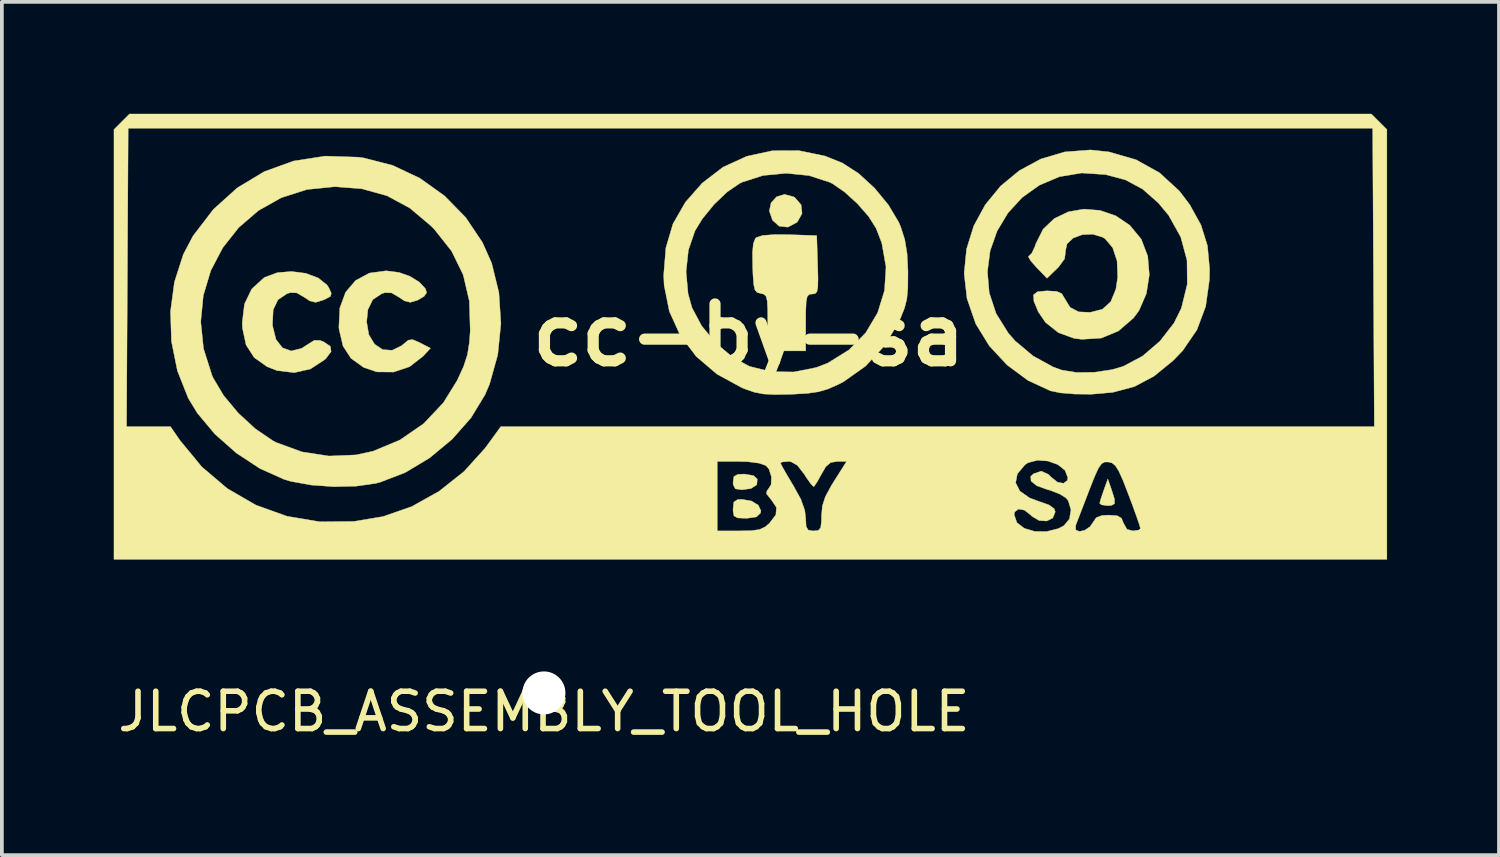
<source format=kicad_pcb>
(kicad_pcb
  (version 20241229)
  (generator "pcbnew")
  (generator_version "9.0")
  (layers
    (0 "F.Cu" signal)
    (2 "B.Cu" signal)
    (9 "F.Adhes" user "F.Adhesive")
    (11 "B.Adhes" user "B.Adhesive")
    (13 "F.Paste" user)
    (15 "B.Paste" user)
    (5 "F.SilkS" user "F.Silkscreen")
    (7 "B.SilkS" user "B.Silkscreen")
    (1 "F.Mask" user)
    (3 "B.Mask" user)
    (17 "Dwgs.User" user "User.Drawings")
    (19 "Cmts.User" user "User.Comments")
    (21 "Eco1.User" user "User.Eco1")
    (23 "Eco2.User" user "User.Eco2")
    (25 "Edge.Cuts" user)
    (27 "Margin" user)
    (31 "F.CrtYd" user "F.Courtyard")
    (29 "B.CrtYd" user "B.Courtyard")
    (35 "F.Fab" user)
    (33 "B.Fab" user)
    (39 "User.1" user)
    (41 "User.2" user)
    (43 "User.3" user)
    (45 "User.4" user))
  (footprint "JLCPCB_ASSEMBLY_TOOL_HOLE"
    (layer "F.Cu")
    (at 11.53 15.524)
    (property "Reference" "JLCPCB_ASSEMBLY_TOOL_HOLE" (at 0 0.5 0) (layer "F.SilkS") (effects (font (size 1 1) (thickness 0.15))))
    (attr through_hole)
    (pad "" np_thru_hole circle (at 0 0) (size 1.152 1.152) (drill 1.152) (layers "*.Cu" "*.Mask")))
  (footprint "cc-by-sa"
    (layer "F.Cu")
    (at 17.023 5.932)
    (property "Reference" "cc-by-sa" (at 0 0 0) (layer "F.SilkS") (effects (font (size 1.524 1.524) (thickness 0.3))))
    (attr through_hole)
    (fp_poly (pts (xy 0.126 3.766) (xy 0.227 3.861) (xy 0.213 4.012) (xy 0.058 4.113) (xy -0.191 4.147) (xy -0.362 4.121) (xy -0.42 4.007) (xy -0.423 3.937) (xy -0.401 3.794) (xy -0.303 3.736) (xy -0.124 3.725) (xy 0.126 3.766)) (stroke (width 0.01) (type solid)) (fill yes) (layer "F.SilkS"))
    (fp_poly (pts (xy 9.722 4.143) (xy 9.8 4.39) (xy 9.803 4.518) (xy 9.723 4.566) (xy 9.61 4.572) (xy 9.453 4.55) (xy 9.404 4.508) (xy 9.435 4.393) (xy 9.503 4.192) (xy 9.517 4.152) (xy 9.623 3.858) (xy 9.722 4.143)) (stroke (width 0.01) (type solid)) (fill yes) (layer "F.SilkS"))
    (fp_poly (pts (xy 1.202 -3.706) (xy 1.232 -3.688) (xy 1.402 -3.492) (xy 1.426 -3.257) (xy 1.301 -3.034) (xy 1.284 -3.019) (xy 1.046 -2.893) (xy 0.812 -2.92) (xy 0.635 -3.079) (xy 0.549 -3.327) (xy 0.597 -3.548) (xy 0.745 -3.708) (xy 0.958 -3.772) (xy 1.202 -3.706)) (stroke (width 0.01) (type solid)) (fill yes) (layer "F.SilkS"))
    (fp_poly (pts (xy 0.069 4.447) (xy 0.253 4.559) (xy 0.324 4.709) (xy 0.313 4.771) (xy 0.202 4.874) (xy -0.042 4.91) (xy -0.082 4.911) (xy -0.3 4.901) (xy -0.398 4.847) (xy -0.423 4.714) (xy -0.423 4.657) (xy -0.402 4.476) (xy -0.304 4.41) (xy -0.186 4.403) (xy 0.069 4.447)) (stroke (width 0.01) (type solid)) (fill yes) (layer "F.SilkS"))
    (fp_poly (pts (xy 1.071 -2.692) (xy 1.82 -2.667) (xy 1.845 -1.884) (xy 1.854 -1.517) (xy 1.849 -1.286) (xy 1.825 -1.162) (xy 1.775 -1.11) (xy 1.697 -1.101) (xy 1.615 -1.089) (xy 1.564 -1.031) (xy 1.537 -0.895) (xy 1.526 -0.65) (xy 1.524 -0.339) (xy 1.524 0.423) (xy 0.508 0.423) (xy 0.508 -0.333) (xy 0.505 -0.693) (xy 0.492 -0.918) (xy 0.461 -1.041) (xy 0.402 -1.096) (xy 0.318 -1.116) (xy 0.223 -1.142) (xy 0.164 -1.21) (xy 0.13 -1.357) (xy 0.111 -1.617) (xy 0.103 -1.828) (xy 0.098 -2.206) (xy 0.12 -2.448) (xy 0.171 -2.584) (xy 0.2 -2.615) (xy 0.367 -2.67) (xy 0.691 -2.695) (xy 1.071 -2.692)) (stroke (width 0.01) (type solid)) (fill yes) (layer "F.SilkS"))
    (fp_poly (pts (xy -9.377 -1.679) (xy -9.085 -1.576) (xy -8.836 -1.422) (xy -8.673 -1.25) (xy -8.636 -1.139) (xy -8.706 -1.038) (xy -8.876 -0.937) (xy -8.883 -0.934) (xy -9.074 -0.878) (xy -9.23 -0.917) (xy -9.375 -1.013) (xy -9.577 -1.131) (xy -9.751 -1.138) (xy -9.842 -1.109) (xy -10.081 -0.95) (xy -10.211 -0.684) (xy -10.245 -0.356) (xy -10.187 -0.012) (xy -10.034 0.242) (xy -9.816 0.389) (xy -9.563 0.408) (xy -9.305 0.283) (xy -9.264 0.247) (xy -9.128 0.136) (xy -9.011 0.121) (xy -8.835 0.197) (xy -8.805 0.212) (xy -8.534 0.352) (xy -8.733 0.568) (xy -9.098 0.849) (xy -9.523 0.991) (xy -9.969 0.987) (xy -10.323 0.868) (xy -10.664 0.624) (xy -10.879 0.293) (xy -10.983 -0.151) (xy -10.989 -0.213) (xy -10.964 -0.726) (xy -10.809 -1.149) (xy -10.539 -1.466) (xy -10.172 -1.662) (xy -9.722 -1.723) (xy -9.377 -1.679)) (stroke (width 0.01) (type solid)) (fill yes) (layer "F.SilkS"))
    (fp_poly (pts (xy -11.877 -1.656) (xy -11.544 -1.532) (xy -11.307 -1.342) (xy -11.263 -1.275) (xy -11.192 -1.122) (xy -11.215 -1.037) (xy -11.361 -0.96) (xy -11.423 -0.934) (xy -11.614 -0.878) (xy -11.77 -0.917) (xy -11.915 -1.013) (xy -12.117 -1.131) (xy -12.291 -1.138) (xy -12.382 -1.109) (xy -12.623 -0.947) (xy -12.75 -0.679) (xy -12.769 -0.291) (xy -12.764 -0.239) (xy -12.675 0.117) (xy -12.502 0.341) (xy -12.266 0.425) (xy -11.988 0.356) (xy -11.829 0.253) (xy -11.65 0.141) (xy -11.494 0.143) (xy -11.394 0.182) (xy -11.217 0.302) (xy -11.198 0.443) (xy -11.336 0.627) (xy -11.367 0.657) (xy -11.751 0.908) (xy -12.188 1.007) (xy -12.649 0.951) (xy -12.914 0.847) (xy -13.261 0.601) (xy -13.478 0.262) (xy -13.574 -0.186) (xy -13.58 -0.333) (xy -13.52 -0.833) (xy -13.326 -1.235) (xy -13.003 -1.531) (xy -12.972 -1.55) (xy -12.64 -1.673) (xy -12.259 -1.705) (xy -11.877 -1.656)) (stroke (width 0.01) (type solid)) (fill yes) (layer "F.SilkS"))
    (fp_poly (pts (xy 9.413 -3.342) (xy 9.833 -3.199) (xy 10.209 -2.946) (xy 10.511 -2.581) (xy 10.523 -2.56) (xy 10.693 -2.115) (xy 10.735 -1.615) (xy 10.656 -1.112) (xy 10.459 -0.658) (xy 10.313 -0.46) (xy 9.908 -0.11) (xy 9.447 0.081) (xy 8.925 0.114) (xy 8.713 0.086) (xy 8.299 -0.065) (xy 7.954 -0.337) (xy 7.757 -0.625) (xy 7.641 -0.908) (xy 7.629 -1.078) (xy 7.736 -1.161) (xy 7.972 -1.185) (xy 8.003 -1.185) (xy 8.252 -1.171) (xy 8.387 -1.113) (xy 8.46 -0.991) (xy 8.61 -0.744) (xy 8.841 -0.623) (xy 9.15 -0.609) (xy 9.476 -0.692) (xy 9.702 -0.896) (xy 9.839 -1.232) (xy 9.887 -1.549) (xy 9.871 -1.984) (xy 9.754 -2.34) (xy 9.549 -2.584) (xy 9.487 -2.622) (xy 9.217 -2.704) (xy 8.938 -2.692) (xy 8.695 -2.601) (xy 8.53 -2.448) (xy 8.486 -2.25) (xy 8.489 -2.238) (xy 8.464 -2.045) (xy 8.306 -1.829) (xy 8.259 -1.782) (xy 7.992 -1.523) (xy 7.705 -1.82) (xy 7.557 -1.989) (xy 7.493 -2.096) (xy 7.505 -2.117) (xy 7.582 -2.19) (xy 7.668 -2.373) (xy 7.692 -2.447) (xy 7.887 -2.837) (xy 8.186 -3.123) (xy 8.56 -3.303) (xy 8.979 -3.377) (xy 9.413 -3.342)) (stroke (width 0.01) (type solid)) (fill yes) (layer "F.SilkS"))
    (fp_poly (pts (xy 9.655 -4.91) (xy 10.38 -4.7) (xy 11.009 -4.35) (xy 11.542 -3.861) (xy 11.818 -3.497) (xy 12.119 -2.952) (xy 12.293 -2.396) (xy 12.351 -1.775) (xy 12.346 -1.487) (xy 12.246 -0.769) (xy 12.012 -0.143) (xy 11.633 0.413) (xy 11.377 0.68) (xy 10.861 1.102) (xy 10.338 1.38) (xy 9.759 1.535) (xy 9.186 1.585) (xy 8.738 1.581) (xy 8.35 1.549) (xy 8.086 1.495) (xy 7.482 1.216) (xy 6.923 0.802) (xy 6.444 0.287) (xy 6.085 -0.297) (xy 6.081 -0.305) (xy 5.848 -0.979) (xy 5.771 -1.652) (xy 5.776 -1.701) (xy 6.395 -1.701) (xy 6.444 -1.134) (xy 6.628 -0.577) (xy 6.957 -0.05) (xy 7.137 0.155) (xy 7.617 0.558) (xy 8.155 0.854) (xy 8.382 0.937) (xy 8.785 1.003) (xy 9.264 0.997) (xy 9.746 0.924) (xy 10.034 0.839) (xy 10.552 0.564) (xy 11.02 0.163) (xy 11.396 -0.322) (xy 11.594 -0.72) (xy 11.752 -1.364) (xy 11.745 -2.007) (xy 11.577 -2.628) (xy 11.254 -3.209) (xy 10.977 -3.542) (xy 10.553 -3.915) (xy 10.099 -4.158) (xy 9.565 -4.302) (xy 8.92 -4.345) (xy 8.324 -4.245) (xy 7.79 -4.019) (xy 7.327 -3.689) (xy 6.945 -3.273) (xy 6.655 -2.79) (xy 6.468 -2.259) (xy 6.395 -1.701) (xy 5.776 -1.701) (xy 5.836 -2.307) (xy 6.029 -2.927) (xy 6.339 -3.496) (xy 6.75 -3.996) (xy 7.251 -4.409) (xy 7.827 -4.72) (xy 8.466 -4.91) (xy 9.155 -4.963) (xy 9.655 -4.91)) (stroke (width 0.01) (type solid)) (fill yes) (layer "F.SilkS"))
    (fp_poly (pts (xy -10.467 -4.769) (xy -10.326 -4.749) (xy -9.549 -4.55) (xy -8.818 -4.205) (xy -8.157 -3.732) (xy -7.59 -3.153) (xy -7.142 -2.486) (xy -6.893 -1.927) (xy -6.7 -1.14) (xy -6.646 -0.309) (xy -6.73 0.524) (xy -6.949 1.312) (xy -7.073 1.601) (xy -7.449 2.22) (xy -7.955 2.793) (xy -8.555 3.291) (xy -9.211 3.685) (xy -9.888 3.946) (xy -10.007 3.976) (xy -10.526 4.05) (xy -11.123 4.064) (xy -11.728 4.02) (xy -12.27 3.923) (xy -12.465 3.865) (xy -13.113 3.573) (xy -13.741 3.159) (xy -14.31 2.656) (xy -14.778 2.099) (xy -15.026 1.693) (xy -15.318 0.956) (xy -15.477 0.168) (xy -15.494 -0.359) (xy -14.692 -0.359) (xy -14.618 0.361) (xy -14.39 1.08) (xy -14.358 1.151) (xy -14.078 1.621) (xy -13.685 2.092) (xy -13.227 2.513) (xy -12.755 2.834) (xy -12.664 2.881) (xy -11.983 3.13) (xy -11.255 3.242) (xy -10.53 3.212) (xy -10.075 3.113) (xy -9.353 2.812) (xy -8.717 2.374) (xy -8.188 1.813) (xy -7.818 1.216) (xy -7.647 0.844) (xy -7.545 0.532) (xy -7.491 0.198) (xy -7.468 -0.119) (xy -7.492 -0.909) (xy -7.656 -1.614) (xy -7.968 -2.252) (xy -8.435 -2.841) (xy -8.511 -2.919) (xy -9.086 -3.404) (xy -9.698 -3.734) (xy -10.376 -3.922) (xy -11.097 -3.978) (xy -11.847 -3.902) (xy -12.534 -3.682) (xy -13.146 -3.337) (xy -13.673 -2.884) (xy -14.102 -2.342) (xy -14.423 -1.729) (xy -14.623 -1.062) (xy -14.692 -0.359) (xy -15.494 -0.359) (xy -15.503 -0.636) (xy -15.397 -1.423) (xy -15.161 -2.159) (xy -14.9 -2.656) (xy -14.353 -3.37) (xy -13.713 -3.947) (xy -12.992 -4.381) (xy -12.202 -4.667) (xy -11.356 -4.798) (xy -10.467 -4.769)) (stroke (width 0.01) (type solid)) (fill yes) (layer "F.SilkS"))
    (fp_poly (pts (xy 2.045 -4.799) (xy 2.51 -4.612) (xy 2.94 -4.334) (xy 3.366 -3.944) (xy 3.74 -3.491) (xy 4.017 -3.027) (xy 4.07 -2.903) (xy 4.18 -2.559) (xy 4.241 -2.19) (xy 4.265 -1.731) (xy 4.265 -1.651) (xy 4.262 -1.26) (xy 4.236 -0.973) (xy 4.174 -0.726) (xy 4.065 -0.454) (xy 4.001 -0.315) (xy 3.624 0.302) (xy 3.123 0.837) (xy 2.533 1.253) (xy 2.396 1.324) (xy 2.124 1.444) (xy 1.866 1.52) (xy 1.564 1.563) (xy 1.157 1.586) (xy 1.103 1.588) (xy 0.693 1.595) (xy 0.394 1.579) (xy 0.149 1.532) (xy -0.098 1.447) (xy -0.184 1.412) (xy -0.854 1.047) (xy -1.41 0.573) (xy -1.839 0.008) (xy -2.13 -0.634) (xy -2.271 -1.333) (xy -2.283 -1.609) (xy -2.276 -1.697) (xy -1.683 -1.697) (xy -1.629 -1.11) (xy -1.524 -0.734) (xy -1.265 -0.246) (xy -0.887 0.212) (xy -0.436 0.592) (xy 0.015 0.838) (xy 0.586 0.98) (xy 1.204 0.989) (xy 1.811 0.868) (xy 2.117 0.75) (xy 2.684 0.397) (xy 3.132 -0.061) (xy 3.453 -0.599) (xy 3.637 -1.196) (xy 3.677 -1.826) (xy 3.564 -2.467) (xy 3.411 -2.864) (xy 3.21 -3.181) (xy 2.911 -3.522) (xy 2.57 -3.833) (xy 2.241 -4.06) (xy 2.177 -4.093) (xy 1.613 -4.276) (xy 0.996 -4.338) (xy 0.379 -4.278) (xy -0.18 -4.098) (xy -0.251 -4.063) (xy -0.586 -3.833) (xy -0.934 -3.5) (xy -1.246 -3.117) (xy -1.444 -2.794) (xy -1.62 -2.278) (xy -1.683 -1.697) (xy -2.276 -1.697) (xy -2.223 -2.342) (xy -2.033 -2.983) (xy -1.699 -3.564) (xy -1.249 -4.075) (xy -0.69 -4.503) (xy -0.055 -4.793) (xy 0.63 -4.942) (xy 1.339 -4.945) (xy 2.045 -4.799)) (stroke (width 0.01) (type solid)) (fill yes) (layer "F.SilkS"))
    (fp_poly (pts (xy 17.103 -5.511) (xy 17.103 6.011) (xy -17.018 6.011) (xy -17.018 2.455) (xy -16.681 2.455) (xy -15.502 2.455) (xy -15.253 2.817) (xy -14.663 3.533) (xy -13.977 4.115) (xy -13.211 4.558) (xy -12.379 4.856) (xy -11.498 5.004) (xy -10.583 4.995) (xy -9.802 4.863) (xy -9.037 4.597) (xy -8.302 4.186) (xy -7.635 3.657) (xy -7.391 3.387) (xy -0.847 3.387) (xy -0.847 5.249) (xy -0.25 5.249) (xy 0.079 5.242) (xy 0.292 5.21) (xy 0.44 5.14) (xy 0.554 5.042) (xy 0.725 4.816) (xy 0.739 4.617) (xy 0.597 4.407) (xy 0.583 4.393) (xy 0.47 4.249) (xy 0.491 4.161) (xy 0.509 4.148) (xy 0.597 4.008) (xy 0.605 3.797) (xy 0.54 3.593) (xy 0.46 3.499) (xy 0.28 3.434) (xy 0.23 3.428) (xy 0.847 3.428) (xy 0.888 3.514) (xy 0.997 3.706) (xy 1.151 3.966) (xy 1.185 4.022) (xy 1.394 4.4) (xy 1.5 4.701) (xy 1.524 4.912) (xy 1.536 5.13) (xy 1.591 5.226) (xy 1.719 5.249) (xy 1.736 5.249) (xy 1.864 5.235) (xy 1.926 5.161) (xy 1.947 4.984) (xy 1.948 4.847) (xy 1.951 4.816) (xy 7.112 4.816) (xy 7.186 5.027) (xy 7.382 5.179) (xy 7.659 5.262) (xy 7.977 5.267) (xy 8.296 5.187) (xy 8.445 5.11) (xy 8.453 5.101) (xy 8.761 5.101) (xy 8.762 5.222) (xy 8.859 5.264) (xy 9.003 5.233) (xy 9.144 5.138) (xy 9.213 5.038) (xy 9.311 4.895) (xy 9.468 4.835) (xy 9.649 4.826) (xy 9.875 4.842) (xy 9.989 4.909) (xy 10.041 5.038) (xy 10.137 5.207) (xy 10.296 5.249) (xy 10.451 5.227) (xy 10.498 5.186) (xy 10.47 5.085) (xy 10.393 4.862) (xy 10.281 4.552) (xy 10.177 4.276) (xy 10.029 3.894) (xy 9.917 3.645) (xy 9.824 3.499) (xy 9.734 3.427) (xy 9.64 3.403) (xy 9.537 3.403) (xy 9.453 3.45) (xy 9.37 3.57) (xy 9.268 3.793) (xy 9.128 4.147) (xy 9.121 4.165) (xy 8.986 4.518) (xy 8.869 4.821) (xy 8.786 5.035) (xy 8.761 5.101) (xy 8.453 5.101) (xy 8.594 4.929) (xy 8.635 4.684) (xy 8.564 4.444) (xy 8.503 4.366) (xy 8.34 4.264) (xy 8.091 4.166) (xy 7.987 4.136) (xy 7.714 4.036) (xy 7.565 3.914) (xy 7.556 3.789) (xy 7.629 3.718) (xy 7.841 3.647) (xy 8.033 3.735) (xy 8.105 3.81) (xy 8.275 3.944) (xy 8.436 3.973) (xy 8.538 3.897) (xy 8.551 3.823) (xy 8.476 3.626) (xy 8.283 3.472) (xy 8.021 3.377) (xy 7.738 3.355) (xy 7.485 3.421) (xy 7.405 3.474) (xy 7.197 3.719) (xy 7.152 3.961) (xy 7.264 4.181) (xy 7.526 4.365) (xy 7.761 4.453) (xy 8.043 4.552) (xy 8.184 4.652) (xy 8.213 4.738) (xy 8.147 4.904) (xy 7.985 4.984) (xy 7.78 4.97) (xy 7.586 4.856) (xy 7.558 4.826) (xy 7.387 4.692) (xy 7.227 4.663) (xy 7.126 4.741) (xy 7.112 4.816) (xy 1.951 4.816) (xy 1.97 4.584) (xy 2.05 4.334) (xy 2.21 4.036) (xy 2.285 3.916) (xy 2.62 3.387) (xy 2.37 3.387) (xy 2.194 3.415) (xy 2.063 3.528) (xy 1.947 3.725) (xy 1.836 3.928) (xy 1.754 4.049) (xy 1.735 4.064) (xy 1.671 3.999) (xy 1.552 3.834) (xy 1.482 3.725) (xy 1.301 3.492) (xy 1.129 3.394) (xy 1.057 3.387) (xy 0.898 3.401) (xy 0.847 3.428) (xy 0.23 3.428) (xy -0.022 3.395) (xy -0.27 3.387) (xy -0.847 3.387) (xy -7.391 3.387) (xy -7.072 3.033) (xy -7.029 2.976) (xy -6.65 2.455) (xy 16.766 2.455) (xy 16.722 -5.546) (xy -16.637 -5.546) (xy -16.681 2.455) (xy -17.018 2.455) (xy -17.018 -5.511) (xy -16.602 -5.927) (xy 16.687 -5.927) (xy 17.103 -5.511)) (stroke (width 0.01) (type solid)) (fill yes) (layer "F.SilkS")))
  (gr_rect
    (start -3 -3)
    (end 37.131 19.872)
    (stroke (width 0.1) (type default))
    (fill no)
    (layer "Edge.Cuts")))
</source>
